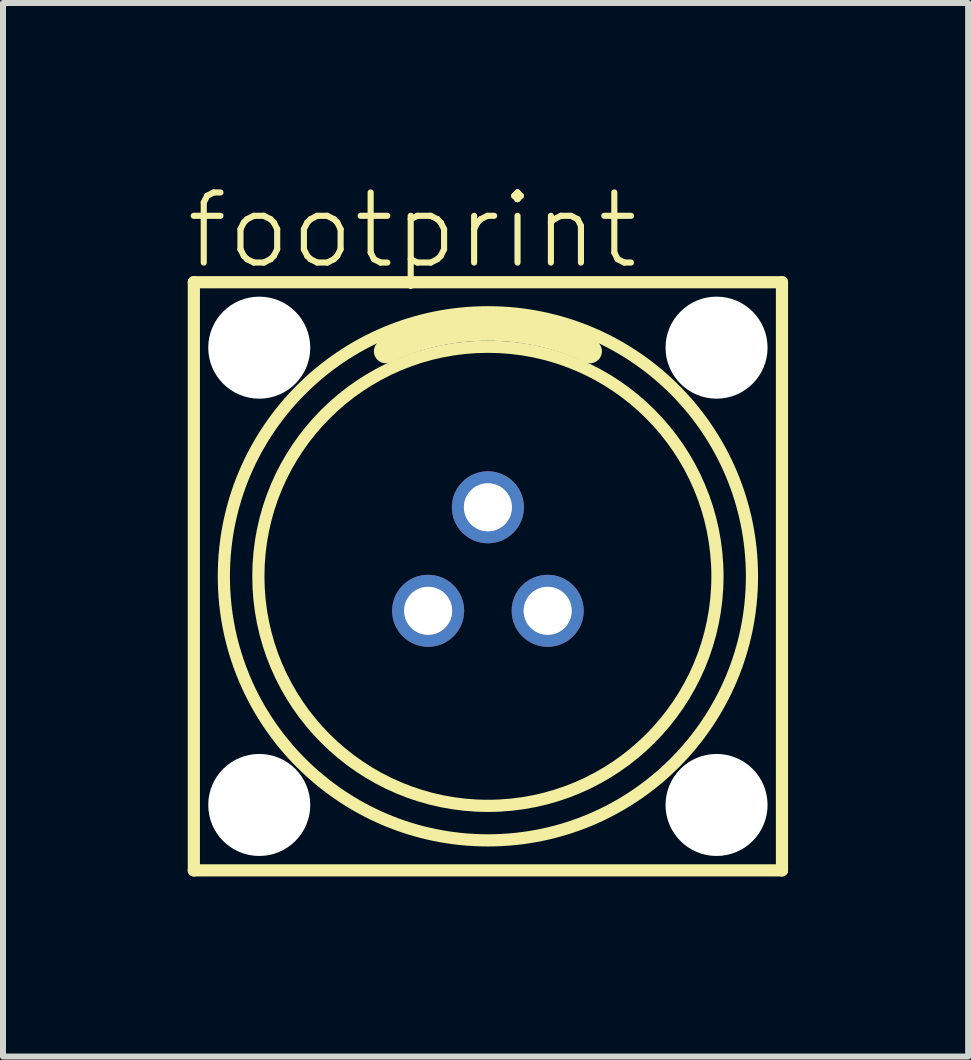
<source format=kicad_pcb>
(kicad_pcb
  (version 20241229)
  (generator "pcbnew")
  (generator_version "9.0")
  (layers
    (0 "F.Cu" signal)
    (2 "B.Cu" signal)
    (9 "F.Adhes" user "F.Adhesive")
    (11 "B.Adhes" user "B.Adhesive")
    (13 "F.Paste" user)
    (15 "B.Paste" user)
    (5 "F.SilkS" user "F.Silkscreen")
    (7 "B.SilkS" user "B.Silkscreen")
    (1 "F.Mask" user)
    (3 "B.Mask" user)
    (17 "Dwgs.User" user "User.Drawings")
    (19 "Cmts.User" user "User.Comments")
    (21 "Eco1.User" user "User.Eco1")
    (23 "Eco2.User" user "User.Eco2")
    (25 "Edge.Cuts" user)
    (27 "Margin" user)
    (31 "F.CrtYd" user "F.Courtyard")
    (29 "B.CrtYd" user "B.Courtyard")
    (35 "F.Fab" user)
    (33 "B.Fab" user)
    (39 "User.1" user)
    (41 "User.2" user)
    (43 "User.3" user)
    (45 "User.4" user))
  (footprint "footprint"
    (layer "F.Cu")
    (at 5.08 6.553)
    (property "Reference" "footprint" (at -5.08 -5.08 0) (layer "F.SilkS") (effects (font (size 1.168 1.168) (thickness 0.102)) (justify left bottom)))
    (fp_line (start -4.9 -4.9) (end 4.9 -4.9) (stroke (width 0.203) (type solid)) (layer "F.SilkS"))
    (fp_line (start -4.9 4.9) (end -4.9 -4.9) (stroke (width 0.203) (type solid)) (layer "F.SilkS"))
    (fp_line (start 4.9 -4.9) (end 4.9 4.9) (stroke (width 0.203) (type solid)) (layer "F.SilkS"))
    (fp_line (start 4.9 4.9) (end -4.9 4.9) (stroke (width 0.203) (type solid)) (layer "F.SilkS"))
    (fp_arc (start -1.7 -3.75) (mid 0 -4.125003) (end 1.7 -3.75) (stroke (width 0.4) (type solid)) (layer "F.SilkS"))
    (fp_circle (center 0 0) (end 3.825 0) (stroke (width 0.203) (type solid)) (fill no) (layer "F.SilkS"))
    (fp_circle (center 0 0) (end 4.4 0) (stroke (width 0.203) (type solid)) (fill no) (layer "F.SilkS"))
    (fp_circle (center -0.996 0.575) (end -0.698 0.575) (stroke (width 0.203) (type solid)) (fill no) (layer "F.Fab"))
    (fp_circle (center 0 -1.15) (end 0.298 -1.15) (stroke (width 0.203) (type solid)) (fill no) (layer "F.Fab"))
    (fp_circle (center 0.996 0.575) (end 1.294 0.575) (stroke (width 0.203) (type solid)) (fill no) (layer "F.Fab"))
    (pad "" np_thru_hole circle (at -3.81 -3.81) (size 1.7 1.7) (drill 1.7) (layers "*.Cu" "*.Mask"))
    (pad "" np_thru_hole circle (at -3.81 3.81) (size 1.7 1.7) (drill 1.7) (layers "*.Cu" "*.Mask"))
    (pad "" np_thru_hole circle (at 3.81 -3.81) (size 1.7 1.7) (drill 1.7) (layers "*.Cu" "*.Mask"))
    (pad "" np_thru_hole circle (at 3.81 3.81) (size 1.7 1.7) (drill 1.7) (layers "*.Cu" "*.Mask"))
    (pad "1" thru_hole circle (at 0 -1.15) (size 1.2 1.2) (drill 0.8) (layers "*.Cu" "*.Mask"))
    (pad "2" thru_hole circle (at -0.996 0.575) (size 1.2 1.2) (drill 0.8) (layers "*.Cu" "*.Mask"))
    (pad "3" thru_hole circle (at 0.996 0.575) (size 1.2 1.2) (drill 0.8) (layers "*.Cu" "*.Mask")))
  (gr_rect
    (start -3 -3)
    (end 13.082 14.555)
    (stroke (width 0.1) (type default))
    (fill no)
    (layer "Edge.Cuts")))
</source>
